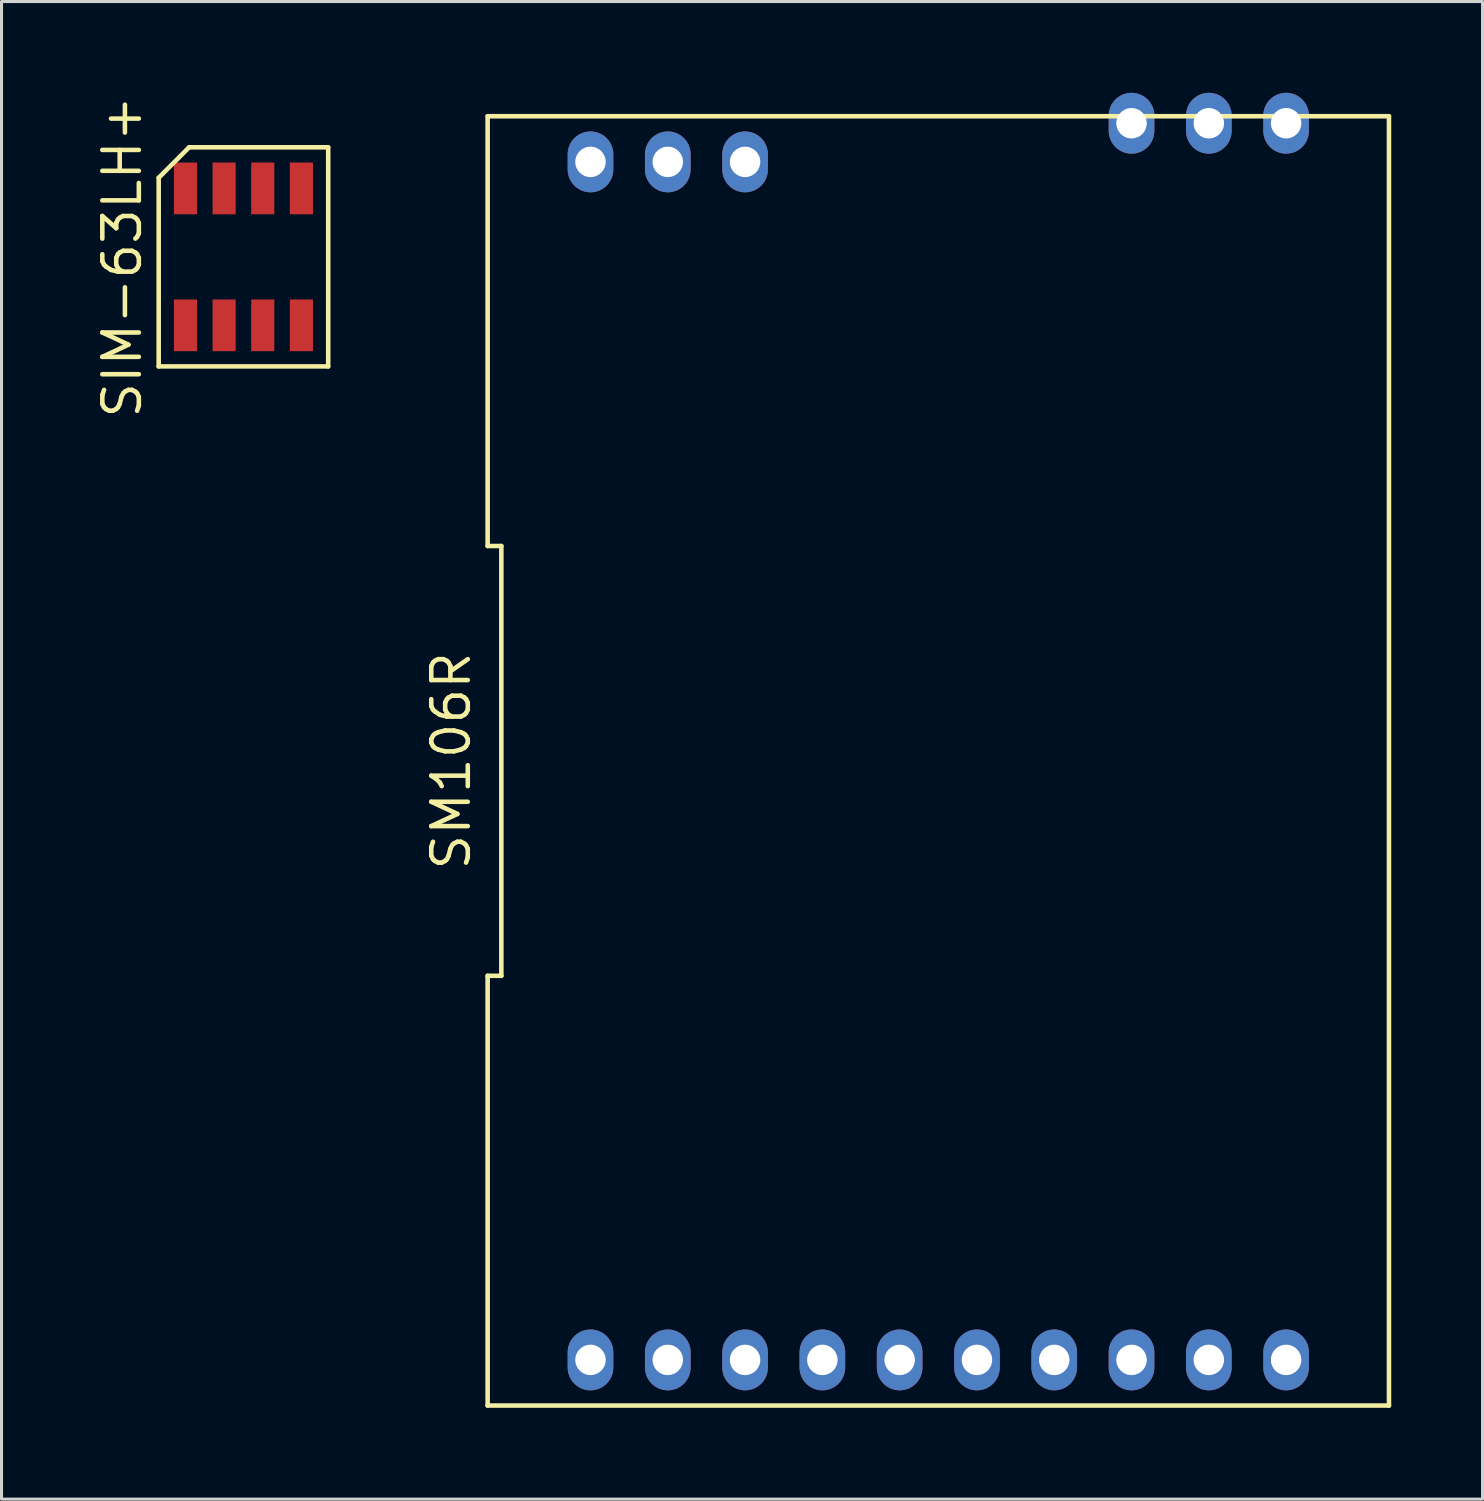
<source format=kicad_pcb>
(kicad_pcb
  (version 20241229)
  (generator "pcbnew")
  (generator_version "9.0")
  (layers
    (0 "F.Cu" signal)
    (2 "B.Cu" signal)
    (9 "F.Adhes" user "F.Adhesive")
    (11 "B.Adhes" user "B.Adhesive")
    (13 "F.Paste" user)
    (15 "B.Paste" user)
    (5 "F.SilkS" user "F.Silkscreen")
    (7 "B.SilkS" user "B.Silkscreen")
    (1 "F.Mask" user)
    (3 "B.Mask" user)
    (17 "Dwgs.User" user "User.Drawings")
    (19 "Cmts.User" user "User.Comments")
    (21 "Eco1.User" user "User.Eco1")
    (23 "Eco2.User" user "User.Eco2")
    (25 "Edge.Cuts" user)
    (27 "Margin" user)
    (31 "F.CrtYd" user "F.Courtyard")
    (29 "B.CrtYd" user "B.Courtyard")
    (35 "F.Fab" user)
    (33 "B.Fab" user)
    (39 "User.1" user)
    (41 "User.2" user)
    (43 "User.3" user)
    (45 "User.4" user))
  (footprint "SM106R"
    (layer "F.Cu")
    (at 27.785 21.955)
    (property "Reference" "SM106R" (at -16.01 0 90) (layer "F.SilkS") (effects (font (size 1.2 1.2) (thickness 0.15))))
    (attr through_hole)
    (fp_line (start -14.81 -7.062) (end -14.36 -7.062) (stroke (width 0.15) (type solid)) (layer "F.SilkS"))
    (fp_line (start -14.81 7.062) (end -14.81 21.185) (stroke (width 0.15) (type solid)) (layer "F.SilkS"))
    (fp_line (start -14.81 21.185) (end 14.81 21.185) (stroke (width 0.15) (type solid)) (layer "F.SilkS"))
    (fp_line (start -14.81 -21.185) (end -14.81 -7.062) (stroke (width 0.15) (type solid)) (layer "F.SilkS"))
    (fp_line (start -14.36 -7.062) (end -14.36 7.062) (stroke (width 0.15) (type solid)) (layer "F.SilkS"))
    (fp_line (start -14.36 7.062) (end -14.81 7.062) (stroke (width 0.15) (type solid)) (layer "F.SilkS"))
    (fp_line (start 14.81 21.185) (end 14.81 -21.185) (stroke (width 0.15) (type solid)) (layer "F.SilkS"))
    (fp_line (start 14.81 -21.185) (end -14.81 -21.185) (stroke (width 0.15) (type solid)) (layer "F.SilkS"))
    (pad "1" thru_hole oval (at -11.43 19.685) (size 1.5 2) (drill 1) (layers "*.Cu" "*.Mask"))
    (pad "2" thru_hole oval (at -8.89 19.685) (size 1.5 2) (drill 1) (layers "*.Cu" "*.Mask"))
    (pad "3" thru_hole oval (at -6.35 19.685) (size 1.5 2) (drill 1) (layers "*.Cu" "*.Mask"))
    (pad "4" thru_hole oval (at -3.81 19.685) (size 1.5 2) (drill 1) (layers "*.Cu" "*.Mask"))
    (pad "5" thru_hole oval (at -1.27 19.685) (size 1.5 2) (drill 1) (layers "*.Cu" "*.Mask"))
    (pad "6" thru_hole oval (at 1.27 19.685) (size 1.5 2) (drill 1) (layers "*.Cu" "*.Mask"))
    (pad "7" thru_hole oval (at 3.81 19.685) (size 1.5 2) (drill 1) (layers "*.Cu" "*.Mask"))
    (pad "8" thru_hole oval (at 6.35 19.685) (size 1.5 2) (drill 1) (layers "*.Cu" "*.Mask"))
    (pad "9" thru_hole oval (at 8.89 19.685) (size 1.5 2) (drill 1) (layers "*.Cu" "*.Mask"))
    (pad "10" thru_hole oval (at 11.43 19.685) (size 1.5 2) (drill 1) (layers "*.Cu" "*.Mask"))
    (pad "11" thru_hole oval (at 11.43 -20.955) (size 1.5 2) (drill 1) (layers "*.Cu" "*.Mask"))
    (pad "12" thru_hole oval (at 8.89 -20.955) (size 1.5 2) (drill 1) (layers "*.Cu" "*.Mask"))
    (pad "13" thru_hole oval (at 6.35 -20.955) (size 1.5 2) (drill 1) (layers "*.Cu" "*.Mask"))
    (pad "14" thru_hole oval (at -6.35 -19.685) (size 1.5 2) (drill 1) (layers "*.Cu" "*.Mask"))
    (pad "15" thru_hole oval (at -8.89 -19.685) (size 1.5 2) (drill 1) (layers "*.Cu" "*.Mask"))
    (pad "16" thru_hole oval (at -11.43 -19.685) (size 1.5 2) (drill 1) (layers "*.Cu" "*.Mask")))
  (footprint "SIM-63LH+"
    (layer "F.Cu")
    (at 4.95 5.391)
    (property "Reference" "SIM-63LH+" (at -3.985 0 90) (layer "F.SilkS") (effects (font (size 1.2 1.2) (thickness 0.15))))
    (attr through_hole)
    (fp_line (start -2.785 -2.6) (end -2.785 3.6) (stroke (width 0.15) (type solid)) (layer "F.SilkS"))
    (fp_line (start -2.785 3.6) (end 2.785 3.6) (stroke (width 0.15) (type solid)) (layer "F.SilkS"))
    (fp_line (start -1.785 -3.6) (end -2.785 -2.6) (stroke (width 0.15) (type solid)) (layer "F.SilkS"))
    (fp_line (start 2.785 -3.6) (end -1.785 -3.6) (stroke (width 0.15) (type solid)) (layer "F.SilkS"))
    (fp_line (start 2.785 3.6) (end 2.785 -3.6) (stroke (width 0.15) (type solid)) (layer "F.SilkS"))
    (pad "1" smd rect (at -1.905 2.25) (size 0.76 1.7) (layers "F.Cu" "F.Mask" "F.Paste"))
    (pad "2" smd rect (at -0.635 2.25) (size 0.76 1.7) (layers "F.Cu" "F.Mask" "F.Paste"))
    (pad "3" smd rect (at 0.635 2.25) (size 0.76 1.7) (layers "F.Cu" "F.Mask" "F.Paste"))
    (pad "4" smd rect (at 1.905 2.25) (size 0.76 1.7) (layers "F.Cu" "F.Mask" "F.Paste"))
    (pad "5" smd rect (at 1.905 -2.25) (size 0.76 1.7) (layers "F.Cu" "F.Mask" "F.Paste"))
    (pad "6" smd rect (at 0.635 -2.25) (size 0.76 1.7) (layers "F.Cu" "F.Mask" "F.Paste"))
    (pad "7" smd rect (at -0.635 -2.25) (size 0.76 1.7) (layers "F.Cu" "F.Mask" "F.Paste"))
    (pad "8" smd rect (at -1.905 -2.25) (size 0.76 1.7) (layers "F.Cu" "F.Mask" "F.Paste")))
  (gr_rect
    (start -3 -3)
    (end 45.67 46.215)
    (stroke (width 0.1) (type default))
    (fill no)
    (layer "Edge.Cuts")))
</source>
